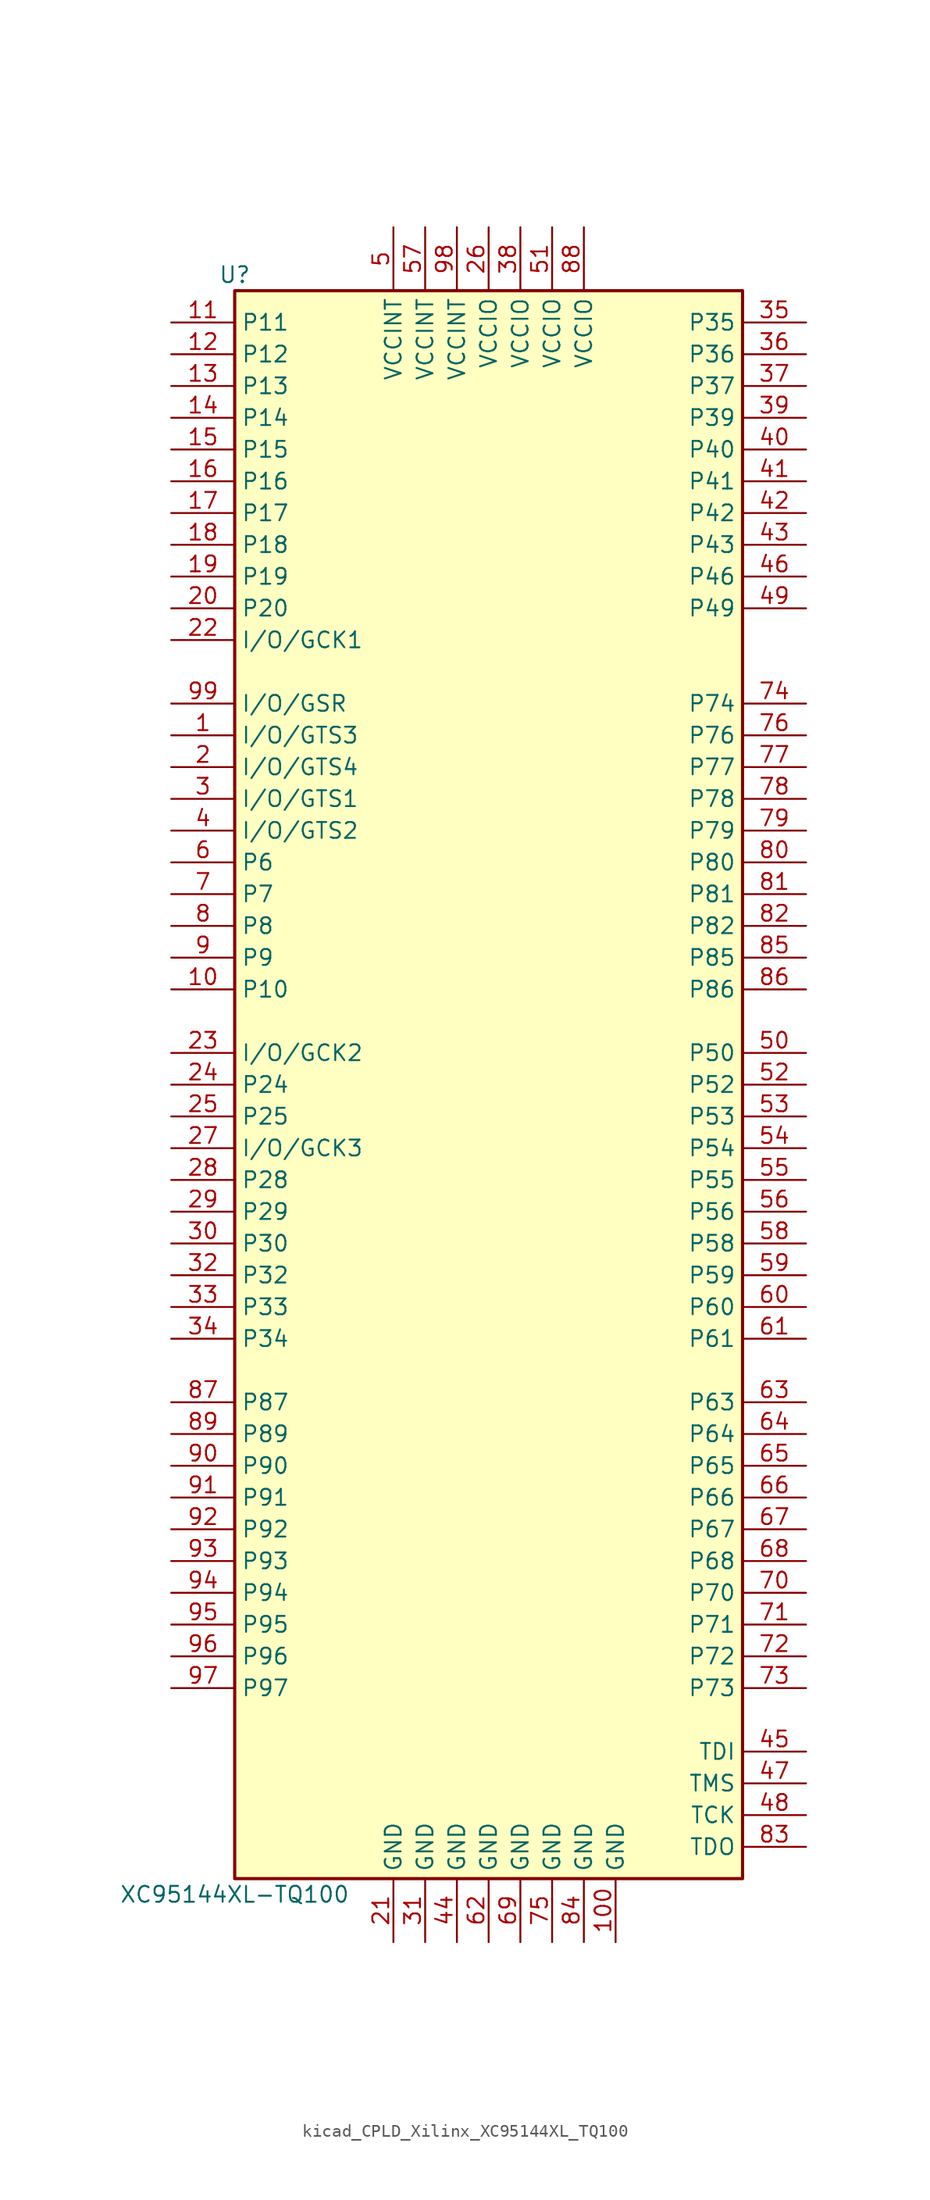
<source format=kicad_sym>
(kicad_symbol_lib
  (version 20220914)
  (generator kicad_symbol_editor)
  (symbol "kicad_CPLD_Xilinx_XC95144XL_TQ100"
    (property "Reference" "U"
      (at -20.32 64.77 0)
      (effects (font (size 1.27 1.27))))
    (property "Value" "XC95144XL-TQ100"
      (at -20.32 -64.77 0)
      (effects (font (size 1.27 1.27))))
    (symbol "kicad_CPLD_Xilinx_XC95144XL_TQ100_1_1"
      (rectangle (start -20.32 63.5) (end 20.32 -63.5) (stroke (width 0.254) (type default)) (fill (type background)))
      (pin bidirectional line (at -25.4 27.94 0) (length 5.08) (name "I/O/GTS3" (effects (font (size 1.27 1.27)))) (number "1" (effects (font (size 1.27 1.27)))))
      (pin bidirectional line (at -25.4 7.62 0) (length 5.08) (name "P10" (effects (font (size 1.27 1.27)))) (number "10" (effects (font (size 1.27 1.27)))))
      (pin power_in line (at 10.16 -68.58 90) (length 5.08) (name "GND" (effects (font (size 1.27 1.27)))) (number "100" (effects (font (size 1.27 1.27)))))
      (pin bidirectional line (at -25.4 60.96 0) (length 5.08) (name "P11" (effects (font (size 1.27 1.27)))) (number "11" (effects (font (size 1.27 1.27)))))
      (pin bidirectional line (at -25.4 58.42 0) (length 5.08) (name "P12" (effects (font (size 1.27 1.27)))) (number "12" (effects (font (size 1.27 1.27)))))
      (pin bidirectional line (at -25.4 55.88 0) (length 5.08) (name "P13" (effects (font (size 1.27 1.27)))) (number "13" (effects (font (size 1.27 1.27)))))
      (pin bidirectional line (at -25.4 53.34 0) (length 5.08) (name "P14" (effects (font (size 1.27 1.27)))) (number "14" (effects (font (size 1.27 1.27)))))
      (pin bidirectional line (at -25.4 50.8 0) (length 5.08) (name "P15" (effects (font (size 1.27 1.27)))) (number "15" (effects (font (size 1.27 1.27)))))
      (pin bidirectional line (at -25.4 48.26 0) (length 5.08) (name "P16" (effects (font (size 1.27 1.27)))) (number "16" (effects (font (size 1.27 1.27)))))
      (pin bidirectional line (at -25.4 45.72 0) (length 5.08) (name "P17" (effects (font (size 1.27 1.27)))) (number "17" (effects (font (size 1.27 1.27)))))
      (pin bidirectional line (at -25.4 43.18 0) (length 5.08) (name "P18" (effects (font (size 1.27 1.27)))) (number "18" (effects (font (size 1.27 1.27)))))
      (pin bidirectional line (at -25.4 40.64 0) (length 5.08) (name "P19" (effects (font (size 1.27 1.27)))) (number "19" (effects (font (size 1.27 1.27)))))
      (pin bidirectional line (at -25.4 25.4 0) (length 5.08) (name "I/O/GTS4" (effects (font (size 1.27 1.27)))) (number "2" (effects (font (size 1.27 1.27)))))
      (pin bidirectional line (at -25.4 38.1 0) (length 5.08) (name "P20" (effects (font (size 1.27 1.27)))) (number "20" (effects (font (size 1.27 1.27)))))
      (pin power_in line (at -7.62 -68.58 90) (length 5.08) (name "GND" (effects (font (size 1.27 1.27)))) (number "21" (effects (font (size 1.27 1.27)))))
      (pin bidirectional line (at -25.4 35.56 0) (length 5.08) (name "I/O/GCK1" (effects (font (size 1.27 1.27)))) (number "22" (effects (font (size 1.27 1.27)))))
      (pin bidirectional line (at -25.4 2.54 0) (length 5.08) (name "I/O/GCK2" (effects (font (size 1.27 1.27)))) (number "23" (effects (font (size 1.27 1.27)))))
      (pin bidirectional line (at -25.4 0 0) (length 5.08) (name "P24" (effects (font (size 1.27 1.27)))) (number "24" (effects (font (size 1.27 1.27)))))
      (pin bidirectional line (at -25.4 -2.54 0) (length 5.08) (name "P25" (effects (font (size 1.27 1.27)))) (number "25" (effects (font (size 1.27 1.27)))))
      (pin power_in line (at 0 68.58 270) (length 5.08) (name "VCCIO" (effects (font (size 1.27 1.27)))) (number "26" (effects (font (size 1.27 1.27)))))
      (pin bidirectional line (at -25.4 -5.08 0) (length 5.08) (name "I/O/GCK3" (effects (font (size 1.27 1.27)))) (number "27" (effects (font (size 1.27 1.27)))))
      (pin bidirectional line (at -25.4 -7.62 0) (length 5.08) (name "P28" (effects (font (size 1.27 1.27)))) (number "28" (effects (font (size 1.27 1.27)))))
      (pin bidirectional line (at -25.4 -10.16 0) (length 5.08) (name "P29" (effects (font (size 1.27 1.27)))) (number "29" (effects (font (size 1.27 1.27)))))
      (pin bidirectional line (at -25.4 22.86 0) (length 5.08) (name "I/O/GTS1" (effects (font (size 1.27 1.27)))) (number "3" (effects (font (size 1.27 1.27)))))
      (pin bidirectional line (at -25.4 -12.7 0) (length 5.08) (name "P30" (effects (font (size 1.27 1.27)))) (number "30" (effects (font (size 1.27 1.27)))))
      (pin power_in line (at -5.08 -68.58 90) (length 5.08) (name "GND" (effects (font (size 1.27 1.27)))) (number "31" (effects (font (size 1.27 1.27)))))
      (pin bidirectional line (at -25.4 -15.24 0) (length 5.08) (name "P32" (effects (font (size 1.27 1.27)))) (number "32" (effects (font (size 1.27 1.27)))))
      (pin bidirectional line (at -25.4 -17.78 0) (length 5.08) (name "P33" (effects (font (size 1.27 1.27)))) (number "33" (effects (font (size 1.27 1.27)))))
      (pin bidirectional line (at -25.4 -20.32 0) (length 5.08) (name "P34" (effects (font (size 1.27 1.27)))) (number "34" (effects (font (size 1.27 1.27)))))
      (pin bidirectional line (at 25.4 60.96 180) (length 5.08) (name "P35" (effects (font (size 1.27 1.27)))) (number "35" (effects (font (size 1.27 1.27)))))
      (pin bidirectional line (at 25.4 58.42 180) (length 5.08) (name "P36" (effects (font (size 1.27 1.27)))) (number "36" (effects (font (size 1.27 1.27)))))
      (pin bidirectional line (at 25.4 55.88 180) (length 5.08) (name "P37" (effects (font (size 1.27 1.27)))) (number "37" (effects (font (size 1.27 1.27)))))
      (pin power_in line (at 2.54 68.58 270) (length 5.08) (name "VCCIO" (effects (font (size 1.27 1.27)))) (number "38" (effects (font (size 1.27 1.27)))))
      (pin bidirectional line (at 25.4 53.34 180) (length 5.08) (name "P39" (effects (font (size 1.27 1.27)))) (number "39" (effects (font (size 1.27 1.27)))))
      (pin bidirectional line (at -25.4 20.32 0) (length 5.08) (name "I/O/GTS2" (effects (font (size 1.27 1.27)))) (number "4" (effects (font (size 1.27 1.27)))))
      (pin bidirectional line (at 25.4 50.8 180) (length 5.08) (name "P40" (effects (font (size 1.27 1.27)))) (number "40" (effects (font (size 1.27 1.27)))))
      (pin bidirectional line (at 25.4 48.26 180) (length 5.08) (name "P41" (effects (font (size 1.27 1.27)))) (number "41" (effects (font (size 1.27 1.27)))))
      (pin bidirectional line (at 25.4 45.72 180) (length 5.08) (name "P42" (effects (font (size 1.27 1.27)))) (number "42" (effects (font (size 1.27 1.27)))))
      (pin bidirectional line (at 25.4 43.18 180) (length 5.08) (name "P43" (effects (font (size 1.27 1.27)))) (number "43" (effects (font (size 1.27 1.27)))))
      (pin power_in line (at -2.54 -68.58 90) (length 5.08) (name "GND" (effects (font (size 1.27 1.27)))) (number "44" (effects (font (size 1.27 1.27)))))
      (pin input line (at 25.4 -53.34 180) (length 5.08) (name "TDI" (effects (font (size 1.27 1.27)))) (number "45" (effects (font (size 1.27 1.27)))))
      (pin bidirectional line (at 25.4 40.64 180) (length 5.08) (name "P46" (effects (font (size 1.27 1.27)))) (number "46" (effects (font (size 1.27 1.27)))))
      (pin input line (at 25.4 -55.88 180) (length 5.08) (name "TMS" (effects (font (size 1.27 1.27)))) (number "47" (effects (font (size 1.27 1.27)))))
      (pin input line (at 25.4 -58.42 180) (length 5.08) (name "TCK" (effects (font (size 1.27 1.27)))) (number "48" (effects (font (size 1.27 1.27)))))
      (pin bidirectional line (at 25.4 38.1 180) (length 5.08) (name "P49" (effects (font (size 1.27 1.27)))) (number "49" (effects (font (size 1.27 1.27)))))
      (pin power_in line (at -7.62 68.58 270) (length 5.08) (name "VCCINT" (effects (font (size 1.27 1.27)))) (number "5" (effects (font (size 1.27 1.27)))))
      (pin bidirectional line (at 25.4 2.54 180) (length 5.08) (name "P50" (effects (font (size 1.27 1.27)))) (number "50" (effects (font (size 1.27 1.27)))))
      (pin power_in line (at 5.08 68.58 270) (length 5.08) (name "VCCIO" (effects (font (size 1.27 1.27)))) (number "51" (effects (font (size 1.27 1.27)))))
      (pin bidirectional line (at 25.4 0 180) (length 5.08) (name "P52" (effects (font (size 1.27 1.27)))) (number "52" (effects (font (size 1.27 1.27)))))
      (pin bidirectional line (at 25.4 -2.54 180) (length 5.08) (name "P53" (effects (font (size 1.27 1.27)))) (number "53" (effects (font (size 1.27 1.27)))))
      (pin bidirectional line (at 25.4 -5.08 180) (length 5.08) (name "P54" (effects (font (size 1.27 1.27)))) (number "54" (effects (font (size 1.27 1.27)))))
      (pin bidirectional line (at 25.4 -7.62 180) (length 5.08) (name "P55" (effects (font (size 1.27 1.27)))) (number "55" (effects (font (size 1.27 1.27)))))
      (pin bidirectional line (at 25.4 -10.16 180) (length 5.08) (name "P56" (effects (font (size 1.27 1.27)))) (number "56" (effects (font (size 1.27 1.27)))))
      (pin power_in line (at -5.08 68.58 270) (length 5.08) (name "VCCINT" (effects (font (size 1.27 1.27)))) (number "57" (effects (font (size 1.27 1.27)))))
      (pin bidirectional line (at 25.4 -12.7 180) (length 5.08) (name "P58" (effects (font (size 1.27 1.27)))) (number "58" (effects (font (size 1.27 1.27)))))
      (pin bidirectional line (at 25.4 -15.24 180) (length 5.08) (name "P59" (effects (font (size 1.27 1.27)))) (number "59" (effects (font (size 1.27 1.27)))))
      (pin bidirectional line (at -25.4 17.78 0) (length 5.08) (name "P6" (effects (font (size 1.27 1.27)))) (number "6" (effects (font (size 1.27 1.27)))))
      (pin bidirectional line (at 25.4 -17.78 180) (length 5.08) (name "P60" (effects (font (size 1.27 1.27)))) (number "60" (effects (font (size 1.27 1.27)))))
      (pin bidirectional line (at 25.4 -20.32 180) (length 5.08) (name "P61" (effects (font (size 1.27 1.27)))) (number "61" (effects (font (size 1.27 1.27)))))
      (pin power_in line (at 0 -68.58 90) (length 5.08) (name "GND" (effects (font (size 1.27 1.27)))) (number "62" (effects (font (size 1.27 1.27)))))
      (pin bidirectional line (at 25.4 -25.4 180) (length 5.08) (name "P63" (effects (font (size 1.27 1.27)))) (number "63" (effects (font (size 1.27 1.27)))))
      (pin bidirectional line (at 25.4 -27.94 180) (length 5.08) (name "P64" (effects (font (size 1.27 1.27)))) (number "64" (effects (font (size 1.27 1.27)))))
      (pin bidirectional line (at 25.4 -30.48 180) (length 5.08) (name "P65" (effects (font (size 1.27 1.27)))) (number "65" (effects (font (size 1.27 1.27)))))
      (pin bidirectional line (at 25.4 -33.02 180) (length 5.08) (name "P66" (effects (font (size 1.27 1.27)))) (number "66" (effects (font (size 1.27 1.27)))))
      (pin bidirectional line (at 25.4 -35.56 180) (length 5.08) (name "P67" (effects (font (size 1.27 1.27)))) (number "67" (effects (font (size 1.27 1.27)))))
      (pin bidirectional line (at 25.4 -38.1 180) (length 5.08) (name "P68" (effects (font (size 1.27 1.27)))) (number "68" (effects (font (size 1.27 1.27)))))
      (pin power_in line (at 2.54 -68.58 90) (length 5.08) (name "GND" (effects (font (size 1.27 1.27)))) (number "69" (effects (font (size 1.27 1.27)))))
      (pin bidirectional line (at -25.4 15.24 0) (length 5.08) (name "P7" (effects (font (size 1.27 1.27)))) (number "7" (effects (font (size 1.27 1.27)))))
      (pin bidirectional line (at 25.4 -40.64 180) (length 5.08) (name "P70" (effects (font (size 1.27 1.27)))) (number "70" (effects (font (size 1.27 1.27)))))
      (pin bidirectional line (at 25.4 -43.18 180) (length 5.08) (name "P71" (effects (font (size 1.27 1.27)))) (number "71" (effects (font (size 1.27 1.27)))))
      (pin bidirectional line (at 25.4 -45.72 180) (length 5.08) (name "P72" (effects (font (size 1.27 1.27)))) (number "72" (effects (font (size 1.27 1.27)))))
      (pin bidirectional line (at 25.4 -48.26 180) (length 5.08) (name "P73" (effects (font (size 1.27 1.27)))) (number "73" (effects (font (size 1.27 1.27)))))
      (pin bidirectional line (at 25.4 30.48 180) (length 5.08) (name "P74" (effects (font (size 1.27 1.27)))) (number "74" (effects (font (size 1.27 1.27)))))
      (pin power_in line (at 5.08 -68.58 90) (length 5.08) (name "GND" (effects (font (size 1.27 1.27)))) (number "75" (effects (font (size 1.27 1.27)))))
      (pin bidirectional line (at 25.4 27.94 180) (length 5.08) (name "P76" (effects (font (size 1.27 1.27)))) (number "76" (effects (font (size 1.27 1.27)))))
      (pin bidirectional line (at 25.4 25.4 180) (length 5.08) (name "P77" (effects (font (size 1.27 1.27)))) (number "77" (effects (font (size 1.27 1.27)))))
      (pin bidirectional line (at 25.4 22.86 180) (length 5.08) (name "P78" (effects (font (size 1.27 1.27)))) (number "78" (effects (font (size 1.27 1.27)))))
      (pin bidirectional line (at 25.4 20.32 180) (length 5.08) (name "P79" (effects (font (size 1.27 1.27)))) (number "79" (effects (font (size 1.27 1.27)))))
      (pin bidirectional line (at -25.4 12.7 0) (length 5.08) (name "P8" (effects (font (size 1.27 1.27)))) (number "8" (effects (font (size 1.27 1.27)))))
      (pin bidirectional line (at 25.4 17.78 180) (length 5.08) (name "P80" (effects (font (size 1.27 1.27)))) (number "80" (effects (font (size 1.27 1.27)))))
      (pin bidirectional line (at 25.4 15.24 180) (length 5.08) (name "P81" (effects (font (size 1.27 1.27)))) (number "81" (effects (font (size 1.27 1.27)))))
      (pin bidirectional line (at 25.4 12.7 180) (length 5.08) (name "P82" (effects (font (size 1.27 1.27)))) (number "82" (effects (font (size 1.27 1.27)))))
      (pin output line (at 25.4 -60.96 180) (length 5.08) (name "TDO" (effects (font (size 1.27 1.27)))) (number "83" (effects (font (size 1.27 1.27)))))
      (pin power_in line (at 7.62 -68.58 90) (length 5.08) (name "GND" (effects (font (size 1.27 1.27)))) (number "84" (effects (font (size 1.27 1.27)))))
      (pin bidirectional line (at 25.4 10.16 180) (length 5.08) (name "P85" (effects (font (size 1.27 1.27)))) (number "85" (effects (font (size 1.27 1.27)))))
      (pin bidirectional line (at 25.4 7.62 180) (length 5.08) (name "P86" (effects (font (size 1.27 1.27)))) (number "86" (effects (font (size 1.27 1.27)))))
      (pin bidirectional line (at -25.4 -25.4 0) (length 5.08) (name "P87" (effects (font (size 1.27 1.27)))) (number "87" (effects (font (size 1.27 1.27)))))
      (pin power_in line (at 7.62 68.58 270) (length 5.08) (name "VCCIO" (effects (font (size 1.27 1.27)))) (number "88" (effects (font (size 1.27 1.27)))))
      (pin bidirectional line (at -25.4 -27.94 0) (length 5.08) (name "P89" (effects (font (size 1.27 1.27)))) (number "89" (effects (font (size 1.27 1.27)))))
      (pin bidirectional line (at -25.4 10.16 0) (length 5.08) (name "P9" (effects (font (size 1.27 1.27)))) (number "9" (effects (font (size 1.27 1.27)))))
      (pin bidirectional line (at -25.4 -30.48 0) (length 5.08) (name "P90" (effects (font (size 1.27 1.27)))) (number "90" (effects (font (size 1.27 1.27)))))
      (pin bidirectional line (at -25.4 -33.02 0) (length 5.08) (name "P91" (effects (font (size 1.27 1.27)))) (number "91" (effects (font (size 1.27 1.27)))))
      (pin bidirectional line (at -25.4 -35.56 0) (length 5.08) (name "P92" (effects (font (size 1.27 1.27)))) (number "92" (effects (font (size 1.27 1.27)))))
      (pin bidirectional line (at -25.4 -38.1 0) (length 5.08) (name "P93" (effects (font (size 1.27 1.27)))) (number "93" (effects (font (size 1.27 1.27)))))
      (pin bidirectional line (at -25.4 -40.64 0) (length 5.08) (name "P94" (effects (font (size 1.27 1.27)))) (number "94" (effects (font (size 1.27 1.27)))))
      (pin bidirectional line (at -25.4 -43.18 0) (length 5.08) (name "P95" (effects (font (size 1.27 1.27)))) (number "95" (effects (font (size 1.27 1.27)))))
      (pin bidirectional line (at -25.4 -45.72 0) (length 5.08) (name "P96" (effects (font (size 1.27 1.27)))) (number "96" (effects (font (size 1.27 1.27)))))
      (pin bidirectional line (at -25.4 -48.26 0) (length 5.08) (name "P97" (effects (font (size 1.27 1.27)))) (number "97" (effects (font (size 1.27 1.27)))))
      (pin power_in line (at -2.54 68.58 270) (length 5.08) (name "VCCINT" (effects (font (size 1.27 1.27)))) (number "98" (effects (font (size 1.27 1.27)))))
      (pin bidirectional line (at -25.4 30.48 0) (length 5.08) (name "I/O/GSR" (effects (font (size 1.27 1.27)))) (number "99" (effects (font (size 1.27 1.27))))))))
</source>
